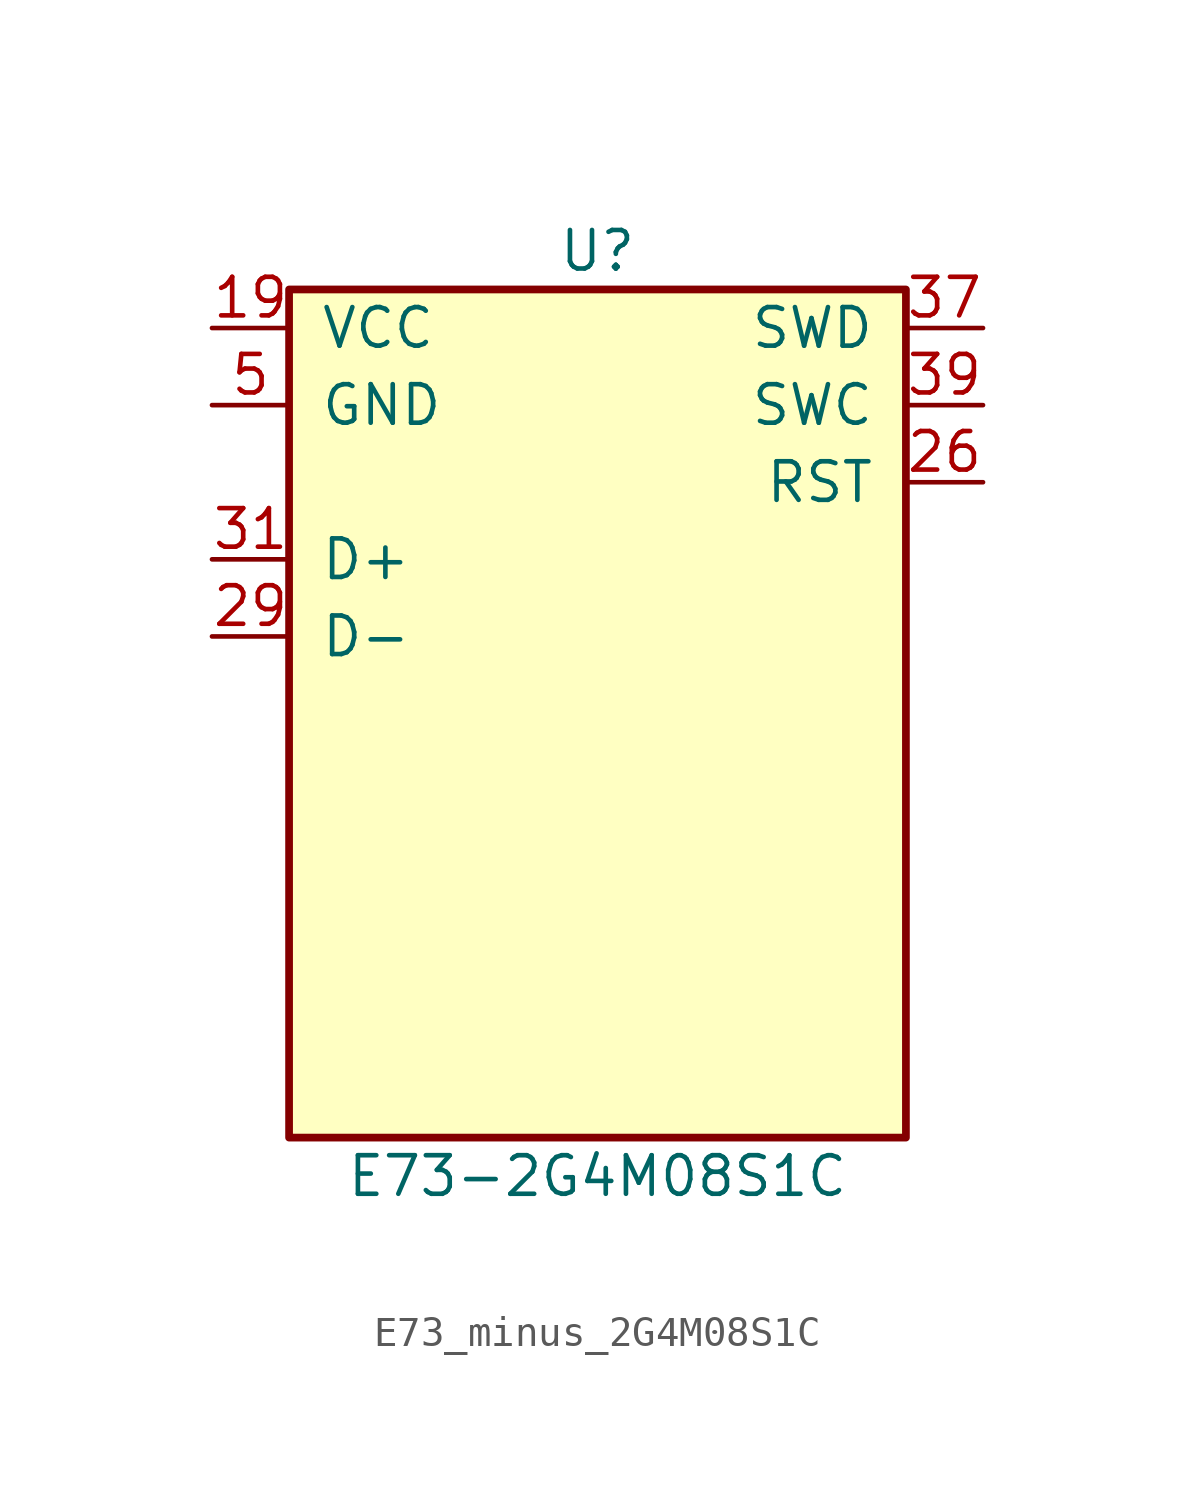
<source format=kicad_sym>
(kicad_symbol_lib
  (version 20240108)
  (generator "custom")
  (symbol "E73_minus_2G4M08S1C"
    (pin_names
      (offset 1.016))
    (property "Reference" "U"
      (at 0 15.24 0)
      (effects (font (size 1.27 1.27))))
    (property "Value" "E73-2G4M08S1C"
      (at 0 -15.24 0)
      (effects (font (size 1.27 1.27))))
    (symbol "E73_minus_2G4M08S1C_0_1"
      (rectangle (start -10.16 13.97) (end 10.16 -13.97) (stroke (width 0.254) (type default)) (fill (type background))))
    (symbol "E73_minus_2G4M08S1C_1_1"
      (pin power_in line (at -12.7 12.7 0) (length 2.54) (name "VCC" (effects (font (size 1.27 1.27)))) (number "19" (effects (font (size 1.27 1.27)))))
      (pin power_in line (at -12.7 10.16 0) (length 2.54) (name "GND" (effects (font (size 1.27 1.27)))) (number "5" (effects (font (size 1.27 1.27)))))
      (pin bidirectional line (at -12.7 5.08 0) (length 2.54) (name "D+" (effects (font (size 1.27 1.27)))) (number "31" (effects (font (size 1.27 1.27)))))
      (pin bidirectional line (at -12.7 2.54 0) (length 2.54) (name "D-" (effects (font (size 1.27 1.27)))) (number "29" (effects (font (size 1.27 1.27)))))
      (pin bidirectional line (at 12.7 12.7 180) (length 2.54) (name "SWD" (effects (font (size 1.27 1.27)))) (number "37" (effects (font (size 1.27 1.27)))))
      (pin input line (at 12.7 10.16 180) (length 2.54) (name "SWC" (effects (font (size 1.27 1.27)))) (number "39" (effects (font (size 1.27 1.27)))))
      (pin input line (at 12.7 7.62 180) (length 2.54) (name "RST" (effects (font (size 1.27 1.27)))) (number "26" (effects (font (size 1.27 1.27))))))))
</source>
